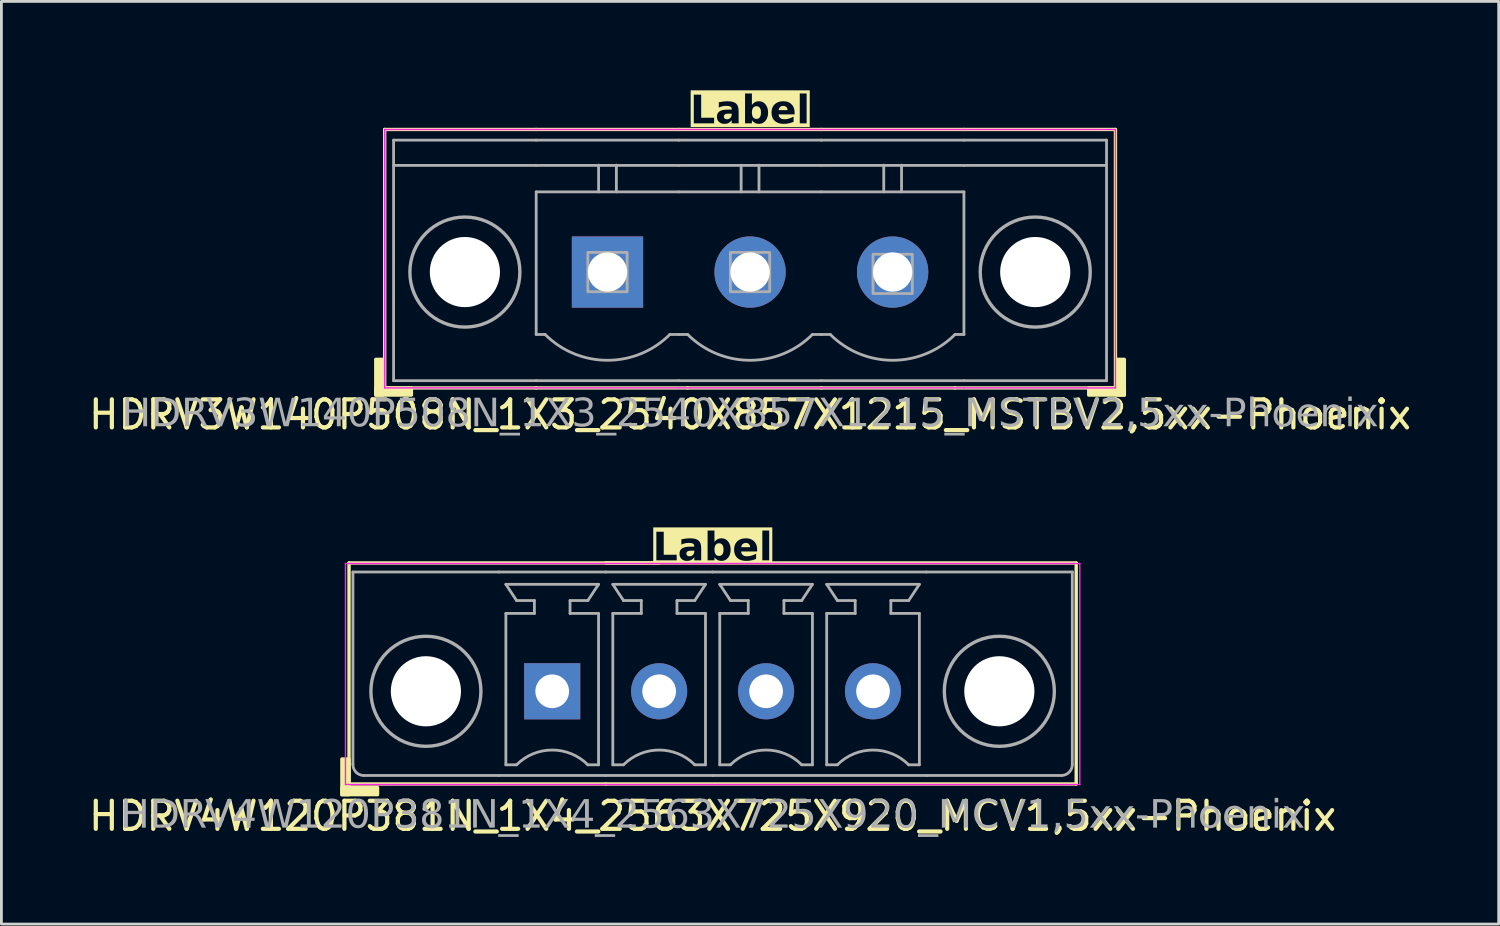
<source format=kicad_pcb>
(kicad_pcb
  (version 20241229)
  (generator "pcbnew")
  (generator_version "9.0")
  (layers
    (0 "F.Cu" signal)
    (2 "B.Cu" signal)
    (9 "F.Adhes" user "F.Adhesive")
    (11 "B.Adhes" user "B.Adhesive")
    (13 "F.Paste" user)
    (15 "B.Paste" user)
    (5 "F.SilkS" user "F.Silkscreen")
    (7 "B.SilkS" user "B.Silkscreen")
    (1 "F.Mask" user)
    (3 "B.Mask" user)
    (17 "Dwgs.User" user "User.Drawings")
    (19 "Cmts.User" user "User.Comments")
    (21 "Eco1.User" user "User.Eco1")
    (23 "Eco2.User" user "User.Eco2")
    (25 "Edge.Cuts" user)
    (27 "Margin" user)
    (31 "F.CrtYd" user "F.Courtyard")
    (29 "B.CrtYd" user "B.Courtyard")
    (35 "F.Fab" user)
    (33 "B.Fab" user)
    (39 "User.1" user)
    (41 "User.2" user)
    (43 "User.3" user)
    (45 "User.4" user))
  (footprint "HDRV3W140P508N_1X3_2540X857X1215_MSTBV2,5xx-Phoenix"
    (layer "F.Cu")
    (at 23.673 6.643)
    (property "Reference" "HDRV3W140P508N_1X3_2540X857X1215_MSTBV2,5xx-Phoenix" (at 0 5.08 0) (layer "F.SilkS") (effects (font (size 1 1) (thickness 0.15))))
    (property "Label" "Label" (at 0 -5.715 0) (layer "F.SilkS" knockout) (effects (font (face "Tahoma") (size 1 1) (thickness 0.2) (bold yes))))
    (attr through_hole)
    (fp_line (start -13.018 -5.08) (end -13.018 4.128) (stroke (width 0.12) (type solid)) (layer "F.SilkS"))
    (fp_line (start -13.018 -5.08) (end -7.62 -5.08) (stroke (width 0.12) (type solid)) (layer "F.SilkS"))
    (fp_line (start -13.018 4.128) (end -7.62 4.128) (stroke (width 0.12) (type solid)) (layer "F.SilkS"))
    (fp_line (start -2.54 -5.08) (end -7.62 -5.08) (stroke (width 0.12) (type solid)) (layer "F.SilkS"))
    (fp_line (start -2.223 4.128) (end -7.62 4.128) (stroke (width 0.12) (type solid)) (layer "F.SilkS"))
    (fp_line (start -2.223 4.128) (end 2.54 4.128) (stroke (width 0.12) (type solid)) (layer "F.SilkS"))
    (fp_line (start 2.54 -5.08) (end -2.54 -5.08) (stroke (width 0.12) (type solid)) (layer "F.SilkS"))
    (fp_line (start 2.54 -5.08) (end 7.62 -5.08) (stroke (width 0.12) (type solid)) (layer "F.SilkS"))
    (fp_line (start 7.303 4.128) (end 2.54 4.128) (stroke (width 0.12) (type solid)) (layer "F.SilkS"))
    (fp_line (start 13.018 -5.08) (end 7.62 -5.08) (stroke (width 0.12) (type solid)) (layer "F.SilkS"))
    (fp_line (start 13.018 -5.08) (end 13.018 4.128) (stroke (width 0.12) (type solid)) (layer "F.SilkS"))
    (fp_line (start 13.018 4.128) (end 7.303 4.128) (stroke (width 0.12) (type solid)) (layer "F.SilkS"))
    (fp_rect (start -13.081 3.111) (end -13.335 4.381) (stroke (width 0.12) (type solid)) (fill yes) (layer "F.SilkS"))
    (fp_rect (start -12.065 4.381) (end -13.335 4.128) (stroke (width 0.12) (type solid)) (fill yes) (layer "F.SilkS"))
    (fp_rect (start 12.065 4.381) (end 13.335 4.128) (stroke (width 0.12) (type solid)) (fill yes) (layer "F.SilkS"))
    (fp_rect (start 13.081 3.111) (end 13.335 4.381) (stroke (width 0.12) (type solid)) (fill yes) (layer "F.SilkS"))
    (fp_line (start -13.018 4.128) (end -13.018 -5.08) (stroke (width 0.05) (type solid)) (layer "F.CrtYd"))
    (fp_line (start -7.62 -5.08) (end -13.018 -5.08) (stroke (width 0.05) (type solid)) (layer "F.CrtYd"))
    (fp_line (start -7.62 -5.08) (end -2.54 -5.08) (stroke (width 0.05) (type solid)) (layer "F.CrtYd"))
    (fp_line (start -7.62 4.128) (end -13.018 4.128) (stroke (width 0.05) (type solid)) (layer "F.CrtYd"))
    (fp_line (start -7.62 4.128) (end -2.54 4.128) (stroke (width 0.05) (type solid)) (layer "F.CrtYd"))
    (fp_line (start -2.54 -5.08) (end 2.54 -5.08) (stroke (width 0.05) (type solid)) (layer "F.CrtYd"))
    (fp_line (start -2.54 4.128) (end 2.54 4.128) (stroke (width 0.05) (type solid)) (layer "F.CrtYd"))
    (fp_line (start 7.62 -5.08) (end 2.54 -5.08) (stroke (width 0.05) (type solid)) (layer "F.CrtYd"))
    (fp_line (start 7.62 -5.08) (end 13.018 -5.08) (stroke (width 0.05) (type solid)) (layer "F.CrtYd"))
    (fp_line (start 7.62 4.128) (end 2.54 4.128) (stroke (width 0.05) (type solid)) (layer "F.CrtYd"))
    (fp_line (start 7.62 4.128) (end 13.018 4.128) (stroke (width 0.05) (type solid)) (layer "F.CrtYd"))
    (fp_line (start 13.018 4.128) (end 13.018 -5.08) (stroke (width 0.05) (type solid)) (layer "F.CrtYd"))
    (fp_line (start -12.7 -4.7) (end -12.7 3.87) (stroke (width 0.1) (type solid)) (layer "F.Fab"))
    (fp_line (start -12.7 -3.8) (end -7.62 -3.8) (stroke (width 0.1) (type solid)) (layer "F.Fab"))
    (fp_line (start -7.62 -4.7) (end -12.7 -4.7) (stroke (width 0.1) (type solid)) (layer "F.Fab"))
    (fp_line (start -7.62 -4.7) (end -2.54 -4.7) (stroke (width 0.1) (type solid)) (layer "F.Fab"))
    (fp_line (start -7.62 -2.857) (end -2.54 -2.857) (stroke (width 0.1) (type default)) (layer "F.Fab"))
    (fp_line (start -7.62 2.223) (end -7.62 -2.857) (stroke (width 0.1) (type default)) (layer "F.Fab"))
    (fp_line (start -7.62 3.87) (end -12.7 3.87) (stroke (width 0.1) (type solid)) (layer "F.Fab"))
    (fp_line (start -7.62 3.87) (end -2.54 3.87) (stroke (width 0.1) (type solid)) (layer "F.Fab"))
    (fp_line (start -7.303 2.223) (end -7.62 2.223) (stroke (width 0.1) (type default)) (layer "F.Fab"))
    (fp_line (start -5.397 -3.81) (end -5.397 -2.857) (stroke (width 0.1) (type default)) (layer "F.Fab"))
    (fp_line (start -4.763 -3.81) (end -4.763 -2.857) (stroke (width 0.1) (type default)) (layer "F.Fab"))
    (fp_line (start -2.54 -4.7) (end 2.54 -4.7) (stroke (width 0.1) (type solid)) (layer "F.Fab"))
    (fp_line (start -2.54 -3.8) (end -7.62 -3.8) (stroke (width 0.1) (type solid)) (layer "F.Fab"))
    (fp_line (start -2.54 -2.857) (end 2.54 -2.857) (stroke (width 0.1) (type default)) (layer "F.Fab"))
    (fp_line (start -2.54 2.223) (end -2.857 2.223) (stroke (width 0.1) (type default)) (layer "F.Fab"))
    (fp_line (start -2.54 3.87) (end 2.54 3.87) (stroke (width 0.1) (type solid)) (layer "F.Fab"))
    (fp_line (start -2.223 2.223) (end -2.54 2.223) (stroke (width 0.1) (type default)) (layer "F.Fab"))
    (fp_line (start -0.318 -3.81) (end -0.318 -2.857) (stroke (width 0.1) (type default)) (layer "F.Fab"))
    (fp_line (start 0.318 -3.81) (end 0.318 -2.857) (stroke (width 0.1) (type default)) (layer "F.Fab"))
    (fp_line (start 2.54 -3.8) (end -2.54 -3.8) (stroke (width 0.1) (type solid)) (layer "F.Fab"))
    (fp_line (start 2.54 -3.8) (end 7.62 -3.8) (stroke (width 0.1) (type solid)) (layer "F.Fab"))
    (fp_line (start 2.54 2.223) (end 2.223 2.223) (stroke (width 0.1) (type default)) (layer "F.Fab"))
    (fp_line (start 2.54 2.223) (end 2.857 2.223) (stroke (width 0.1) (type default)) (layer "F.Fab"))
    (fp_line (start 4.763 -3.81) (end 4.763 -2.857) (stroke (width 0.1) (type default)) (layer "F.Fab"))
    (fp_line (start 5.397 -3.81) (end 5.397 -2.857) (stroke (width 0.1) (type default)) (layer "F.Fab"))
    (fp_line (start 7.303 2.223) (end 7.62 2.223) (stroke (width 0.1) (type default)) (layer "F.Fab"))
    (fp_line (start 7.62 -4.7) (end 2.54 -4.7) (stroke (width 0.1) (type solid)) (layer "F.Fab"))
    (fp_line (start 7.62 -4.7) (end 12.7 -4.7) (stroke (width 0.1) (type solid)) (layer "F.Fab"))
    (fp_line (start 7.62 -2.857) (end 2.54 -2.857) (stroke (width 0.1) (type default)) (layer "F.Fab"))
    (fp_line (start 7.62 2.223) (end 7.62 -2.857) (stroke (width 0.1) (type default)) (layer "F.Fab"))
    (fp_line (start 7.62 3.87) (end 2.54 3.87) (stroke (width 0.1) (type solid)) (layer "F.Fab"))
    (fp_line (start 7.62 3.87) (end 12.7 3.87) (stroke (width 0.1) (type solid)) (layer "F.Fab"))
    (fp_line (start 12.7 -4.7) (end 12.7 3.87) (stroke (width 0.1) (type solid)) (layer "F.Fab"))
    (fp_line (start 12.7 -3.8) (end 7.62 -3.8) (stroke (width 0.1) (type solid)) (layer "F.Fab"))
    (fp_rect (start -4.38 -0.7) (end -5.78 0.7) (stroke (width 0.1) (type solid)) (fill no) (layer "F.Fab"))
    (fp_rect (start 0.7 -0.7) (end -0.7 0.7) (stroke (width 0.1) (type solid)) (fill no) (layer "F.Fab"))
    (fp_rect (start 5.78 -0.635) (end 4.38 0.765) (stroke (width 0.1) (type solid)) (fill no) (layer "F.Fab"))
    (fp_arc (start -2.8575 2.2225) (mid -5.08 3.143092) (end -7.3025 2.2225) (stroke (width 0.1) (type default)) (layer "F.Fab"))
    (fp_arc (start 2.2225 2.2225) (mid 0 3.143092) (end -2.2225 2.2225) (stroke (width 0.1) (type default)) (layer "F.Fab"))
    (fp_arc (start 7.3025 2.2225) (mid 5.08 3.143092) (end 2.8575 2.2225) (stroke (width 0.1) (type default)) (layer "F.Fab"))
    (fp_circle (center -10.16 0) (end -8.2 0) (stroke (width 0.12) (type default)) (fill no) (layer "F.Fab"))
    (fp_circle (center 10.16 0) (end 8.2 0) (stroke (width 0.12) (type default)) (fill no) (layer "F.Fab"))
    (fp_text user "${REFERENCE}" (at 0 5.08 0) (layer "F.Fab") (effects (font (face "Tahoma") (size 1 1) (thickness 0.15))))
    (pad "" np_thru_hole circle (at -10.16 0) (size 2.5 2.5) (drill 2.5) (layers "*.Cu" "*.Mask"))
    (pad "" np_thru_hole circle (at 10.16 0) (size 2.5 2.5) (drill 2.5) (layers "*.Cu" "*.Mask"))
    (pad "1" thru_hole rect (at -5.08 0) (size 2.54 2.54) (drill 1.4) (layers "*.Cu" "*.Mask"))
    (pad "1" thru_hole circle (at 5.08 0) (size 2.54 2.54) (drill 1.4) (layers "*.Cu" "*.Mask"))
    (pad "2" thru_hole circle (at 0 0) (size 2.54 2.54) (drill 1.4) (layers "*.Cu" "*.Mask")))
  (footprint "HDRV4W120P381N_1X4_2563X725X920_MCV1,5xx-Phoenix"
    (layer "F.Cu")
    (at 22.339 21.579)
    (property "Reference" "HDRV4W120P381N_1X4_2563X725X920_MCV1,5xx-Phoenix" (at 0 4.445 0) (layer "F.SilkS") (effects (font (size 1 1) (thickness 0.15))))
    (property "Label" "Label" (at 0 -5.08 0) (layer "F.SilkS" knockout) (effects (font (face "Tahoma") (size 1 1) (thickness 0.2) (bold yes))))
    (attr through_hole)
    (fp_line (start -12.954 -4.572) (end -12.954 3.302) (stroke (width 0.12) (type solid)) (layer "F.SilkS"))
    (fp_line (start -12.954 3.302) (end -3.81 3.302) (stroke (width 0.12) (type solid)) (layer "F.SilkS"))
    (fp_line (start -3.81 -4.572) (end 12.954 -4.572) (stroke (width 0.12) (type solid)) (layer "F.SilkS"))
    (fp_line (start -1.905 -4.572) (end -12.954 -4.572) (stroke (width 0.12) (type solid)) (layer "F.SilkS"))
    (fp_line (start 12.954 -4.572) (end 12.954 3.302) (stroke (width 0.12) (type solid)) (layer "F.SilkS"))
    (fp_line (start 12.954 3.302) (end -3.81 3.302) (stroke (width 0.12) (type solid)) (layer "F.SilkS"))
    (fp_rect (start -12.954 2.413) (end -13.208 3.683) (stroke (width 0.12) (type solid)) (fill yes) (layer "F.SilkS"))
    (fp_rect (start -11.938 3.683) (end -13.208 3.429) (stroke (width 0.12) (type solid)) (fill yes) (layer "F.SilkS"))
    (fp_line (start -13.081 3.322) (end -13.081 -4.552) (stroke (width 0.05) (type solid)) (layer "F.CrtYd"))
    (fp_line (start -3.81 3.322) (end -13.081 3.322) (stroke (width 0.05) (type solid)) (layer "F.CrtYd"))
    (fp_line (start -3.81 3.322) (end 13.081 3.322) (stroke (width 0.05) (type solid)) (layer "F.CrtYd"))
    (fp_line (start -1.905 -4.552) (end -13.081 -4.552) (stroke (width 0.05) (type solid)) (layer "F.CrtYd"))
    (fp_line (start -1.905 -4.552) (end 13.081 -4.552) (stroke (width 0.05) (type solid)) (layer "F.CrtYd"))
    (fp_line (start 13.081 3.322) (end 13.081 -4.552) (stroke (width 0.05) (type solid)) (layer "F.CrtYd"))
    (fp_line (start -12.815 -4.25) (end -12.815 2.6) (stroke (width 0.1) (type solid)) (layer "F.Fab"))
    (fp_line (start -12.815 -4.25) (end -7.62 -4.25) (stroke (width 0.1) (type solid)) (layer "F.Fab"))
    (fp_line (start -7.62 3) (end -12.434 3) (stroke (width 0.1) (type solid)) (layer "F.Fab"))
    (fp_line (start -7.366 -3.81) (end -4.064 -3.81) (stroke (width 0.1) (type default)) (layer "F.Fab"))
    (fp_line (start -7.366 -2.774) (end -6.35 -2.774) (stroke (width 0.1) (type default)) (layer "F.Fab"))
    (fp_line (start -7.366 2.619) (end -7.366 -2.774) (stroke (width 0.1) (type default)) (layer "F.Fab"))
    (fp_line (start -6.985 -3.234) (end -7.366 -3.81) (stroke (width 0.1) (type default)) (layer "F.Fab"))
    (fp_line (start -6.985 2.619) (end -7.366 2.619) (stroke (width 0.1) (type default)) (layer "F.Fab"))
    (fp_line (start -6.35 -3.234) (end -6.985 -3.234) (stroke (width 0.1) (type default)) (layer "F.Fab"))
    (fp_line (start -6.35 -2.774) (end -6.35 -3.234) (stroke (width 0.1) (type default)) (layer "F.Fab"))
    (fp_line (start -5.08 -3.234) (end -4.445 -3.234) (stroke (width 0.1) (type default)) (layer "F.Fab"))
    (fp_line (start -5.08 -2.774) (end -5.08 -3.234) (stroke (width 0.1) (type default)) (layer "F.Fab"))
    (fp_line (start -4.445 -3.234) (end -4.064 -3.81) (stroke (width 0.1) (type default)) (layer "F.Fab"))
    (fp_line (start -4.445 2.619) (end -4.064 2.619) (stroke (width 0.1) (type default)) (layer "F.Fab"))
    (fp_line (start -4.064 -2.774) (end -5.08 -2.774) (stroke (width 0.1) (type default)) (layer "F.Fab"))
    (fp_line (start -4.064 2.619) (end -4.064 -2.774) (stroke (width 0.1) (type default)) (layer "F.Fab"))
    (fp_line (start -3.81 -4.25) (end -7.62 -4.25) (stroke (width 0.1) (type solid)) (layer "F.Fab"))
    (fp_line (start -3.81 -4.25) (end 0 -4.25) (stroke (width 0.1) (type solid)) (layer "F.Fab"))
    (fp_line (start -3.81 3) (end -7.62 3) (stroke (width 0.1) (type solid)) (layer "F.Fab"))
    (fp_line (start -3.81 3) (end 0 3) (stroke (width 0.1) (type solid)) (layer "F.Fab"))
    (fp_line (start -3.556 -2.774) (end -2.54 -2.774) (stroke (width 0.1) (type default)) (layer "F.Fab"))
    (fp_line (start -3.556 2.619) (end -3.556 -2.774) (stroke (width 0.1) (type default)) (layer "F.Fab"))
    (fp_line (start -3.175 -3.234) (end -3.556 -3.81) (stroke (width 0.1) (type default)) (layer "F.Fab"))
    (fp_line (start -3.175 2.619) (end -3.556 2.619) (stroke (width 0.1) (type default)) (layer "F.Fab"))
    (fp_line (start -2.54 -3.234) (end -3.175 -3.234) (stroke (width 0.1) (type default)) (layer "F.Fab"))
    (fp_line (start -2.54 -2.774) (end -2.54 -3.234) (stroke (width 0.1) (type default)) (layer "F.Fab"))
    (fp_line (start -1.27 -3.234) (end -0.635 -3.234) (stroke (width 0.1) (type default)) (layer "F.Fab"))
    (fp_line (start -1.27 -2.774) (end -1.27 -3.234) (stroke (width 0.1) (type default)) (layer "F.Fab"))
    (fp_line (start -0.635 -3.234) (end -0.254 -3.81) (stroke (width 0.1) (type default)) (layer "F.Fab"))
    (fp_line (start -0.635 2.619) (end -0.254 2.619) (stroke (width 0.1) (type default)) (layer "F.Fab"))
    (fp_line (start -0.254 -3.81) (end -3.556 -3.81) (stroke (width 0.1) (type default)) (layer "F.Fab"))
    (fp_line (start -0.254 -2.774) (end -1.27 -2.774) (stroke (width 0.1) (type default)) (layer "F.Fab"))
    (fp_line (start -0.254 2.619) (end -0.254 -2.774) (stroke (width 0.1) (type default)) (layer "F.Fab"))
    (fp_line (start 0 -4.25) (end 7.62 -4.25) (stroke (width 0.1) (type solid)) (layer "F.Fab"))
    (fp_line (start 0 3) (end 7.62 3) (stroke (width 0.1) (type solid)) (layer "F.Fab"))
    (fp_line (start 0.254 -2.774) (end 1.27 -2.774) (stroke (width 0.1) (type default)) (layer "F.Fab"))
    (fp_line (start 0.254 2.619) (end 0.254 -2.774) (stroke (width 0.1) (type default)) (layer "F.Fab"))
    (fp_line (start 0.635 -3.234) (end 0.254 -3.81) (stroke (width 0.1) (type default)) (layer "F.Fab"))
    (fp_line (start 0.635 2.619) (end 0.254 2.619) (stroke (width 0.1) (type default)) (layer "F.Fab"))
    (fp_line (start 1.27 -3.234) (end 0.635 -3.234) (stroke (width 0.1) (type default)) (layer "F.Fab"))
    (fp_line (start 1.27 -2.774) (end 1.27 -3.234) (stroke (width 0.1) (type default)) (layer "F.Fab"))
    (fp_line (start 2.54 -3.234) (end 3.175 -3.234) (stroke (width 0.1) (type default)) (layer "F.Fab"))
    (fp_line (start 2.54 -2.774) (end 2.54 -3.234) (stroke (width 0.1) (type default)) (layer "F.Fab"))
    (fp_line (start 3.175 -3.234) (end 3.556 -3.81) (stroke (width 0.1) (type default)) (layer "F.Fab"))
    (fp_line (start 3.175 2.619) (end 3.556 2.619) (stroke (width 0.1) (type default)) (layer "F.Fab"))
    (fp_line (start 3.556 -3.81) (end 0.254 -3.81) (stroke (width 0.1) (type default)) (layer "F.Fab"))
    (fp_line (start 3.556 -2.774) (end 2.54 -2.774) (stroke (width 0.1) (type default)) (layer "F.Fab"))
    (fp_line (start 3.556 2.619) (end 3.556 -2.774) (stroke (width 0.1) (type default)) (layer "F.Fab"))
    (fp_line (start 4.064 -2.774) (end 5.08 -2.774) (stroke (width 0.1) (type default)) (layer "F.Fab"))
    (fp_line (start 4.064 2.619) (end 4.064 -2.774) (stroke (width 0.1) (type default)) (layer "F.Fab"))
    (fp_line (start 4.445 -3.234) (end 4.064 -3.81) (stroke (width 0.1) (type default)) (layer "F.Fab"))
    (fp_line (start 4.445 2.619) (end 4.064 2.619) (stroke (width 0.1) (type default)) (layer "F.Fab"))
    (fp_line (start 5.08 -3.234) (end 4.445 -3.234) (stroke (width 0.1) (type default)) (layer "F.Fab"))
    (fp_line (start 5.08 -2.774) (end 5.08 -3.234) (stroke (width 0.1) (type default)) (layer "F.Fab"))
    (fp_line (start 6.35 -3.234) (end 6.985 -3.234) (stroke (width 0.1) (type default)) (layer "F.Fab"))
    (fp_line (start 6.35 -2.774) (end 6.35 -3.234) (stroke (width 0.1) (type default)) (layer "F.Fab"))
    (fp_line (start 6.985 -3.234) (end 7.366 -3.81) (stroke (width 0.1) (type default)) (layer "F.Fab"))
    (fp_line (start 6.985 2.619) (end 7.366 2.619) (stroke (width 0.1) (type default)) (layer "F.Fab"))
    (fp_line (start 7.366 -3.81) (end 4.064 -3.81) (stroke (width 0.1) (type default)) (layer "F.Fab"))
    (fp_line (start 7.366 -2.774) (end 6.35 -2.774) (stroke (width 0.1) (type default)) (layer "F.Fab"))
    (fp_line (start 7.366 2.619) (end 7.366 -2.774) (stroke (width 0.1) (type default)) (layer "F.Fab"))
    (fp_line (start 7.62 3) (end 12.434 3) (stroke (width 0.1) (type solid)) (layer "F.Fab"))
    (fp_line (start 12.815 -4.25) (end 7.62 -4.25) (stroke (width 0.1) (type solid)) (layer "F.Fab"))
    (fp_line (start 12.815 -4.25) (end 12.815 2.6) (stroke (width 0.1) (type solid)) (layer "F.Fab"))
    (fp_rect (start -5.969 -0.254) (end -5.461 0.254) (stroke (width 0.1) (type solid)) (fill no) (layer "F.Fab"))
    (fp_rect (start -1.651 -0.254) (end -2.159 0.254) (stroke (width 0.1) (type solid)) (fill no) (layer "F.Fab"))
    (fp_rect (start 2.159 -0.254) (end 1.651 0.254) (stroke (width 0.1) (type solid)) (fill no) (layer "F.Fab"))
    (fp_rect (start 5.969 -0.254) (end 5.461 0.254) (stroke (width 0.1) (type solid)) (fill no) (layer "F.Fab"))
    (fp_arc (start -12.434 3) (mid -12.707342 2.878907) (end -12.815 2.6) (stroke (width 0.1) (type solid)) (layer "F.Fab"))
    (fp_arc (start -6.985 2.619) (mid -5.715 2.092948) (end -4.445 2.619) (stroke (width 0.1) (type default)) (layer "F.Fab"))
    (fp_arc (start -3.175 2.619) (mid -1.905 2.092948) (end -0.635 2.619) (stroke (width 0.1) (type default)) (layer "F.Fab"))
    (fp_arc (start 0.635 2.619) (mid 1.905 2.092948) (end 3.175 2.619) (stroke (width 0.1) (type default)) (layer "F.Fab"))
    (fp_arc (start 4.445 2.619) (mid 5.715 2.092948) (end 6.985 2.619) (stroke (width 0.1) (type default)) (layer "F.Fab"))
    (fp_arc (start 12.815 2.6) (mid 12.707343 2.878908) (end 12.434 3) (stroke (width 0.1) (type solid)) (layer "F.Fab"))
    (fp_circle (center -10.215 0) (end -8.255 0) (stroke (width 0.12) (type default)) (fill no) (layer "F.Fab"))
    (fp_circle (center 10.215 0) (end 8.255 0) (stroke (width 0.12) (type default)) (fill no) (layer "F.Fab"))
    (fp_text user "${REFERENCE}" (at 0 4.445 0) (layer "F.Fab") (effects (font (face "Tahoma") (size 1 1) (thickness 0.15))))
    (pad "" np_thru_hole circle (at -10.215 0) (size 2.5 2.5) (drill 2.5) (layers "*.Cu" "*.Mask"))
    (pad "" np_thru_hole circle (at 10.215 0) (size 2.5 2.5) (drill 2.5) (layers "*.Cu" "*.Mask"))
    (pad "1" thru_hole rect (at -5.715 0) (size 2 2) (drill 1.2) (layers "*.Cu" "*.Mask"))
    (pad "2" thru_hole circle (at -1.905 0) (size 2 2) (drill 1.2) (layers "*.Cu" "*.Mask"))
    (pad "3" thru_hole circle (at 1.905 0) (size 2 2) (drill 1.2) (layers "*.Cu" "*.Mask"))
    (pad "4" thru_hole circle (at 5.715 0) (size 2 2) (drill 1.2) (layers "*.Cu" "*.Mask")))
  (gr_rect
    (start -3 -3)
    (end 50.345 29.872)
    (stroke (width 0.1) (type default))
    (fill no)
    (layer "Edge.Cuts")))
</source>
